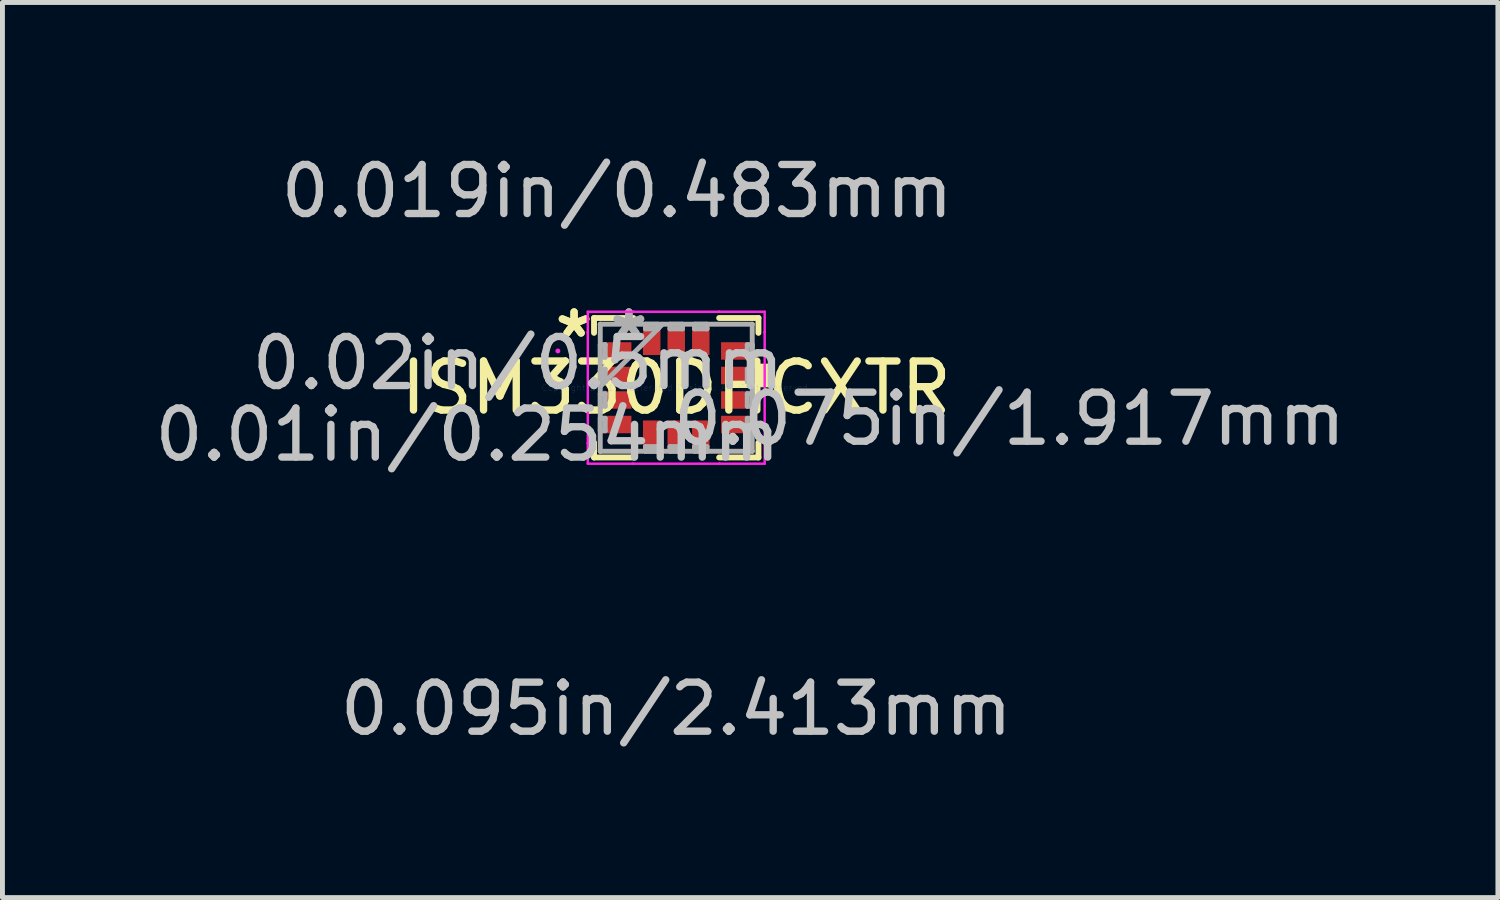
<source format=kicad_pcb>
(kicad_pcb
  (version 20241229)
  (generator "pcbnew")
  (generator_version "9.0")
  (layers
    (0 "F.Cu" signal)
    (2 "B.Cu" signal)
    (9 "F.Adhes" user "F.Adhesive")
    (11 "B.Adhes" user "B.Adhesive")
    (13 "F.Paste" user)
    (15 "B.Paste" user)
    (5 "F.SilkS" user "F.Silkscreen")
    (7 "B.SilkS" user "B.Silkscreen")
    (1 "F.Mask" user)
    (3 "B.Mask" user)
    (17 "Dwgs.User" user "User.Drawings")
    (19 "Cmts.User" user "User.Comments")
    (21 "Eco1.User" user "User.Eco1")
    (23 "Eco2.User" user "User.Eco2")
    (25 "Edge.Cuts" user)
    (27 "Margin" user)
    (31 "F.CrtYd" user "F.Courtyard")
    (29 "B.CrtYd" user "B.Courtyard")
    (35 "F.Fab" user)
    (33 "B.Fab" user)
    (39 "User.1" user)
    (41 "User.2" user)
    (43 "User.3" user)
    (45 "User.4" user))
  (footprint "ISM330DHCXTR"
    (layer "F.Cu")
    (at 10.737 4.855)
    (property "Reference" "ISM330DHCXTR" (at 0 0 0) (layer "F.SilkS") (effects (font (size 1 1) (thickness 0.15))))
    (attr through_hole)
    (fp_line (start -1.676 -1.422) (end -1.676 -1.119) (stroke (width 0.12) (type solid)) (layer "F.SilkS"))
    (fp_line (start -1.676 1.119) (end -1.676 1.422) (stroke (width 0.12) (type solid)) (layer "F.SilkS"))
    (fp_line (start -1.676 1.422) (end -0.875 1.422) (stroke (width 0.12) (type solid)) (layer "F.SilkS"))
    (fp_line (start -0.875 -1.422) (end -1.676 -1.422) (stroke (width 0.12) (type solid)) (layer "F.SilkS"))
    (fp_line (start 0.875 1.422) (end 1.676 1.422) (stroke (width 0.12) (type solid)) (layer "F.SilkS"))
    (fp_line (start 1.676 -1.422) (end 0.875 -1.422) (stroke (width 0.12) (type solid)) (layer "F.SilkS"))
    (fp_line (start 1.676 -1.119) (end 1.676 -1.422) (stroke (width 0.12) (type solid)) (layer "F.SilkS"))
    (fp_line (start 1.676 1.422) (end 1.676 1.119) (stroke (width 0.12) (type solid)) (layer "F.SilkS"))
    (fp_poly (pts (xy 1.956 -0.441) (xy 1.956 -0.06) (xy 1.702 -0.06) (xy 1.702 -0.441)) (stroke (width 0.1) (type solid)) (fill yes) (layer "F.SilkS"))
    (fp_line (start -1.803 -1.549) (end -0.881 -1.549) (stroke (width 0.05) (type solid)) (layer "F.CrtYd"))
    (fp_line (start -1.803 -1.131) (end -1.803 -1.549) (stroke (width 0.05) (type solid)) (layer "F.CrtYd"))
    (fp_line (start -1.803 -1.131) (end -1.803 -1.131) (stroke (width 0.05) (type solid)) (layer "F.CrtYd"))
    (fp_line (start -1.803 1.131) (end -1.803 -1.131) (stroke (width 0.05) (type solid)) (layer "F.CrtYd"))
    (fp_line (start -1.803 1.131) (end -1.803 1.131) (stroke (width 0.05) (type solid)) (layer "F.CrtYd"))
    (fp_line (start -1.803 1.549) (end -1.803 1.131) (stroke (width 0.05) (type solid)) (layer "F.CrtYd"))
    (fp_line (start -0.881 -1.549) (end -0.881 -1.549) (stroke (width 0.05) (type solid)) (layer "F.CrtYd"))
    (fp_line (start -0.881 -1.549) (end 0.881 -1.549) (stroke (width 0.05) (type solid)) (layer "F.CrtYd"))
    (fp_line (start -0.881 1.549) (end -1.803 1.549) (stroke (width 0.05) (type solid)) (layer "F.CrtYd"))
    (fp_line (start -0.881 1.549) (end -0.881 1.549) (stroke (width 0.05) (type solid)) (layer "F.CrtYd"))
    (fp_line (start 0.881 -1.549) (end 0.881 -1.549) (stroke (width 0.05) (type solid)) (layer "F.CrtYd"))
    (fp_line (start 0.881 -1.549) (end 1.803 -1.549) (stroke (width 0.05) (type solid)) (layer "F.CrtYd"))
    (fp_line (start 0.881 1.549) (end -0.881 1.549) (stroke (width 0.05) (type solid)) (layer "F.CrtYd"))
    (fp_line (start 0.881 1.549) (end 0.881 1.549) (stroke (width 0.05) (type solid)) (layer "F.CrtYd"))
    (fp_line (start 1.803 -1.549) (end 1.803 -1.131) (stroke (width 0.05) (type solid)) (layer "F.CrtYd"))
    (fp_line (start 1.803 -1.131) (end 1.803 -1.131) (stroke (width 0.05) (type solid)) (layer "F.CrtYd"))
    (fp_line (start 1.803 -1.131) (end 1.803 1.131) (stroke (width 0.05) (type solid)) (layer "F.CrtYd"))
    (fp_line (start 1.803 1.131) (end 1.803 1.131) (stroke (width 0.05) (type solid)) (layer "F.CrtYd"))
    (fp_line (start 1.803 1.131) (end 1.803 1.549) (stroke (width 0.05) (type solid)) (layer "F.CrtYd"))
    (fp_line (start 1.803 1.549) (end 0.881 1.549) (stroke (width 0.05) (type solid)) (layer "F.CrtYd"))
    (fp_circle (center -2.413 -0.75) (end -2.413 -0.75) (stroke (width 0.05) (type solid)) (fill no) (layer "F.CrtYd"))
    (fp_line (start -1.549 -1.295) (end -1.549 -1.295) (stroke (width 0.1) (type solid)) (layer "F.Fab"))
    (fp_line (start -1.549 -1.295) (end -1.549 1.295) (stroke (width 0.1) (type solid)) (layer "F.Fab"))
    (fp_line (start -1.549 -0.877) (end -1.448 -0.877) (stroke (width 0.1) (type solid)) (layer "F.Fab"))
    (fp_line (start -1.549 -0.623) (end -1.549 -0.877) (stroke (width 0.1) (type solid)) (layer "F.Fab"))
    (fp_line (start -1.549 -0.377) (end -1.448 -0.377) (stroke (width 0.1) (type solid)) (layer "F.Fab"))
    (fp_line (start -1.549 -0.123) (end -1.549 -0.377) (stroke (width 0.1) (type solid)) (layer "F.Fab"))
    (fp_line (start -1.549 -0.025) (end -0.279 -1.295) (stroke (width 0.1) (type solid)) (layer "F.Fab"))
    (fp_line (start -1.549 0.123) (end -1.448 0.123) (stroke (width 0.1) (type solid)) (layer "F.Fab"))
    (fp_line (start -1.549 0.377) (end -1.549 0.123) (stroke (width 0.1) (type solid)) (layer "F.Fab"))
    (fp_line (start -1.549 0.623) (end -1.448 0.623) (stroke (width 0.1) (type solid)) (layer "F.Fab"))
    (fp_line (start -1.549 0.877) (end -1.549 0.623) (stroke (width 0.1) (type solid)) (layer "F.Fab"))
    (fp_line (start -1.549 1.295) (end -1.549 1.295) (stroke (width 0.1) (type solid)) (layer "F.Fab"))
    (fp_line (start -1.549 1.295) (end 1.549 1.295) (stroke (width 0.1) (type solid)) (layer "F.Fab"))
    (fp_line (start -1.448 -0.877) (end -1.448 -0.623) (stroke (width 0.1) (type solid)) (layer "F.Fab"))
    (fp_line (start -1.448 -0.623) (end -1.549 -0.623) (stroke (width 0.1) (type solid)) (layer "F.Fab"))
    (fp_line (start -1.448 -0.377) (end -1.448 -0.123) (stroke (width 0.1) (type solid)) (layer "F.Fab"))
    (fp_line (start -1.448 -0.123) (end -1.549 -0.123) (stroke (width 0.1) (type solid)) (layer "F.Fab"))
    (fp_line (start -1.448 0.123) (end -1.448 0.377) (stroke (width 0.1) (type solid)) (layer "F.Fab"))
    (fp_line (start -1.448 0.377) (end -1.549 0.377) (stroke (width 0.1) (type solid)) (layer "F.Fab"))
    (fp_line (start -1.448 0.623) (end -1.448 0.877) (stroke (width 0.1) (type solid)) (layer "F.Fab"))
    (fp_line (start -1.448 0.877) (end -1.549 0.877) (stroke (width 0.1) (type solid)) (layer "F.Fab"))
    (fp_line (start -0.627 -1.295) (end -0.373 -1.295) (stroke (width 0.1) (type solid)) (layer "F.Fab"))
    (fp_line (start -0.627 -1.2) (end -0.627 -1.295) (stroke (width 0.1) (type solid)) (layer "F.Fab"))
    (fp_line (start -0.627 1.2) (end -0.373 1.2) (stroke (width 0.1) (type solid)) (layer "F.Fab"))
    (fp_line (start -0.627 1.295) (end -0.627 1.2) (stroke (width 0.1) (type solid)) (layer "F.Fab"))
    (fp_line (start -0.373 -1.295) (end -0.373 -1.2) (stroke (width 0.1) (type solid)) (layer "F.Fab"))
    (fp_line (start -0.373 -1.2) (end -0.627 -1.2) (stroke (width 0.1) (type solid)) (layer "F.Fab"))
    (fp_line (start -0.373 1.2) (end -0.373 1.295) (stroke (width 0.1) (type solid)) (layer "F.Fab"))
    (fp_line (start -0.373 1.295) (end -0.627 1.295) (stroke (width 0.1) (type solid)) (layer "F.Fab"))
    (fp_line (start -0.127 -1.295) (end 0.127 -1.295) (stroke (width 0.1) (type solid)) (layer "F.Fab"))
    (fp_line (start -0.127 -1.2) (end -0.127 -1.295) (stroke (width 0.1) (type solid)) (layer "F.Fab"))
    (fp_line (start -0.127 1.2) (end 0.127 1.2) (stroke (width 0.1) (type solid)) (layer "F.Fab"))
    (fp_line (start -0.127 1.295) (end -0.127 1.2) (stroke (width 0.1) (type solid)) (layer "F.Fab"))
    (fp_line (start 0.127 -1.295) (end 0.127 -1.2) (stroke (width 0.1) (type solid)) (layer "F.Fab"))
    (fp_line (start 0.127 -1.2) (end -0.127 -1.2) (stroke (width 0.1) (type solid)) (layer "F.Fab"))
    (fp_line (start 0.127 1.2) (end 0.127 1.295) (stroke (width 0.1) (type solid)) (layer "F.Fab"))
    (fp_line (start 0.127 1.295) (end -0.127 1.295) (stroke (width 0.1) (type solid)) (layer "F.Fab"))
    (fp_line (start 0.373 -1.295) (end 0.627 -1.295) (stroke (width 0.1) (type solid)) (layer "F.Fab"))
    (fp_line (start 0.373 -1.2) (end 0.373 -1.295) (stroke (width 0.1) (type solid)) (layer "F.Fab"))
    (fp_line (start 0.373 1.2) (end 0.627 1.2) (stroke (width 0.1) (type solid)) (layer "F.Fab"))
    (fp_line (start 0.373 1.295) (end 0.373 1.2) (stroke (width 0.1) (type solid)) (layer "F.Fab"))
    (fp_line (start 0.627 -1.295) (end 0.627 -1.2) (stroke (width 0.1) (type solid)) (layer "F.Fab"))
    (fp_line (start 0.627 -1.2) (end 0.373 -1.2) (stroke (width 0.1) (type solid)) (layer "F.Fab"))
    (fp_line (start 0.627 1.2) (end 0.627 1.295) (stroke (width 0.1) (type solid)) (layer "F.Fab"))
    (fp_line (start 0.627 1.295) (end 0.373 1.295) (stroke (width 0.1) (type solid)) (layer "F.Fab"))
    (fp_line (start 1.448 -0.877) (end 1.549 -0.877) (stroke (width 0.1) (type solid)) (layer "F.Fab"))
    (fp_line (start 1.448 -0.623) (end 1.448 -0.877) (stroke (width 0.1) (type solid)) (layer "F.Fab"))
    (fp_line (start 1.448 -0.377) (end 1.549 -0.377) (stroke (width 0.1) (type solid)) (layer "F.Fab"))
    (fp_line (start 1.448 -0.123) (end 1.448 -0.377) (stroke (width 0.1) (type solid)) (layer "F.Fab"))
    (fp_line (start 1.448 0.123) (end 1.549 0.123) (stroke (width 0.1) (type solid)) (layer "F.Fab"))
    (fp_line (start 1.448 0.377) (end 1.448 0.123) (stroke (width 0.1) (type solid)) (layer "F.Fab"))
    (fp_line (start 1.448 0.623) (end 1.549 0.623) (stroke (width 0.1) (type solid)) (layer "F.Fab"))
    (fp_line (start 1.448 0.877) (end 1.448 0.623) (stroke (width 0.1) (type solid)) (layer "F.Fab"))
    (fp_line (start 1.549 -1.295) (end -1.549 -1.295) (stroke (width 0.1) (type solid)) (layer "F.Fab"))
    (fp_line (start 1.549 -1.295) (end 1.549 -1.295) (stroke (width 0.1) (type solid)) (layer "F.Fab"))
    (fp_line (start 1.549 -0.877) (end 1.549 -0.623) (stroke (width 0.1) (type solid)) (layer "F.Fab"))
    (fp_line (start 1.549 -0.623) (end 1.448 -0.623) (stroke (width 0.1) (type solid)) (layer "F.Fab"))
    (fp_line (start 1.549 -0.377) (end 1.549 -0.123) (stroke (width 0.1) (type solid)) (layer "F.Fab"))
    (fp_line (start 1.549 -0.123) (end 1.448 -0.123) (stroke (width 0.1) (type solid)) (layer "F.Fab"))
    (fp_line (start 1.549 0.123) (end 1.549 0.377) (stroke (width 0.1) (type solid)) (layer "F.Fab"))
    (fp_line (start 1.549 0.377) (end 1.448 0.377) (stroke (width 0.1) (type solid)) (layer "F.Fab"))
    (fp_line (start 1.549 0.623) (end 1.549 0.877) (stroke (width 0.1) (type solid)) (layer "F.Fab"))
    (fp_line (start 1.549 0.877) (end 1.448 0.877) (stroke (width 0.1) (type solid)) (layer "F.Fab"))
    (fp_line (start 1.549 1.295) (end 1.549 -1.295) (stroke (width 0.1) (type solid)) (layer "F.Fab"))
    (fp_line (start 1.549 1.295) (end 1.549 1.295) (stroke (width 0.1) (type solid)) (layer "F.Fab"))
    (fp_text user "*" (at -2.083 -1 0) (layer "F.SilkS") (effects (font (size 1 1) (thickness 0.15))))
    (fp_text user "*" (at -2.083 -1 0) (layer "F.SilkS") (effects (font (size 1 1) (thickness 0.15))))
    (fp_text user "0.075in/1.917mm" (at 6.795 0.635 0) (layer "Dwgs.User") (effects (font (size 1 1) (thickness 0.15))))
    (fp_text user "0.01in/0.254mm" (at -4.255 0.959 0) (layer "Dwgs.User") (effects (font (size 1 1) (thickness 0.15))))
    (fp_text user "0.095in/2.413mm" (at 0 6.547 0) (layer "Dwgs.User") (effects (font (size 1 1) (thickness 0.15))))
    (fp_text user "0.019in/0.483mm" (at -1.206 -4.007 0) (layer "Dwgs.User") (effects (font (size 1 1) (thickness 0.15))))
    (fp_text user "0.02in/0.5mm" (at -3.226 -0.5 0) (layer "Dwgs.User") (effects (font (size 1 1) (thickness 0.15))))
    (fp_text user "Copyright 2021 Accelerated Designs. All rights reserved." (at 0 0 0) (layer "Cmts.User") (effects (font (size 0.127 0.127) (thickness 0.002))))
    (fp_text user "*" (at -0.965 -1 0) (layer "F.Fab") (effects (font (size 1 1) (thickness 0.15))))
    (fp_text user "*" (at -0.965 -1 0) (layer "F.Fab") (effects (font (size 1 1) (thickness 0.15))))
    (pad "1" smd rect (at -1.206 -0.75 90) (size 0.356 0.584) (layers "F.Cu" "F.Mask" "F.Paste"))
    (pad "2" smd rect (at -1.206 -0.25 90) (size 0.356 0.584) (layers "F.Cu" "F.Mask" "F.Paste"))
    (pad "3" smd rect (at -1.206 0.25 90) (size 0.356 0.584) (layers "F.Cu" "F.Mask" "F.Paste"))
    (pad "4" smd rect (at -1.206 0.75 90) (size 0.356 0.584) (layers "F.Cu" "F.Mask" "F.Paste"))
    (pad "5" smd rect (at -0.5 0.959) (size 0.356 0.584) (layers "F.Cu" "F.Mask" "F.Paste"))
    (pad "6" smd rect (at 0 0.959) (size 0.356 0.584) (layers "F.Cu" "F.Mask" "F.Paste"))
    (pad "7" smd rect (at 0.5 0.959) (size 0.356 0.584) (layers "F.Cu" "F.Mask" "F.Paste"))
    (pad "8" smd rect (at 1.206 0.75 90) (size 0.356 0.584) (layers "F.Cu" "F.Mask" "F.Paste"))
    (pad "9" smd rect (at 1.206 0.25 90) (size 0.356 0.584) (layers "F.Cu" "F.Mask" "F.Paste"))
    (pad "10" smd rect (at 1.206 -0.25 90) (size 0.356 0.584) (layers "F.Cu" "F.Mask" "F.Paste"))
    (pad "11" smd rect (at 1.206 -0.75 90) (size 0.356 0.584) (layers "F.Cu" "F.Mask" "F.Paste"))
    (pad "12" smd rect (at 0.5 -0.959) (size 0.356 0.584) (layers "F.Cu" "F.Mask" "F.Paste"))
    (pad "13" smd rect (at 0 -0.959) (size 0.356 0.584) (layers "F.Cu" "F.Mask" "F.Paste"))
    (pad "14" smd rect (at -0.5 -0.959) (size 0.356 0.584) (layers "F.Cu" "F.Mask" "F.Paste")))
  (gr_rect
    (start -3 -3)
    (end 27.489 15.25)
    (stroke (width 0.1) (type default))
    (fill no)
    (layer "Edge.Cuts")))
</source>
